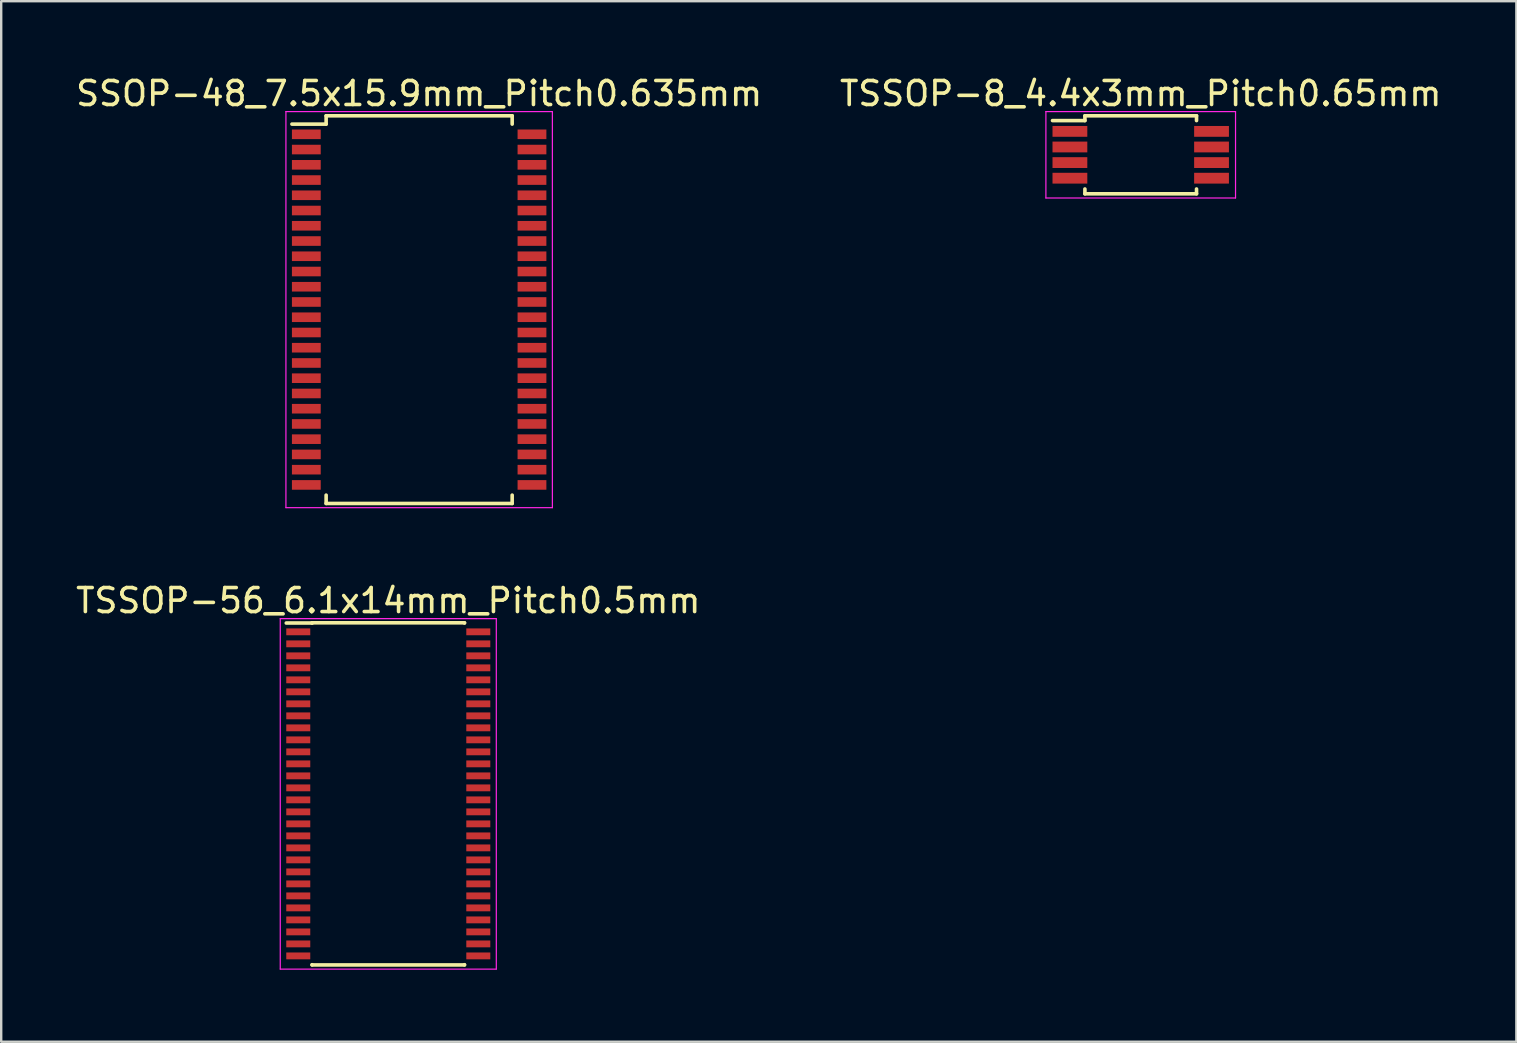
<source format=kicad_pcb>
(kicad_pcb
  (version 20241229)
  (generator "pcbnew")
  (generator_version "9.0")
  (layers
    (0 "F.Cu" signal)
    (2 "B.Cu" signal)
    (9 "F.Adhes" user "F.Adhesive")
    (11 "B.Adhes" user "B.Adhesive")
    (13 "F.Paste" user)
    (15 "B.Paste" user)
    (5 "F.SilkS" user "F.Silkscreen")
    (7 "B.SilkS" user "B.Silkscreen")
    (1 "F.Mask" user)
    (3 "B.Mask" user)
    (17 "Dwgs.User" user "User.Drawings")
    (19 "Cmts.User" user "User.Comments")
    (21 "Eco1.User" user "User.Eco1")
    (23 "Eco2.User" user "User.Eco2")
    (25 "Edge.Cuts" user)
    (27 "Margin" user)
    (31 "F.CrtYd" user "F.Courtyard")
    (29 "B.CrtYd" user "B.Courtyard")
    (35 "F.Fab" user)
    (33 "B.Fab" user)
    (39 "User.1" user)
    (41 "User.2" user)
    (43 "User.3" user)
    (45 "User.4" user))
  (footprint "TSSOP-56_6.1x14mm_Pitch0.5mm"
    (layer "F.Cu")
    (at 13.125 30.021)
    (property "Reference" "TSSOP-56_6.1x14mm_Pitch0.5mm" (at 0 -8.05 0) (layer "F.SilkS") (effects (font (size 1 1) (thickness 0.15))))
    (attr smd)
    (fp_line (start -3.175 -7.125) (end -3.175 -7.117) (stroke (width 0.15) (type solid)) (layer "F.SilkS"))
    (fp_line (start -3.175 -7.125) (end 3.175 -7.125) (stroke (width 0.15) (type solid)) (layer "F.SilkS"))
    (fp_line (start -3.175 -7.117) (end -4.25 -7.117) (stroke (width 0.15) (type solid)) (layer "F.SilkS"))
    (fp_line (start -3.175 7.125) (end -3.175 7.117) (stroke (width 0.15) (type solid)) (layer "F.SilkS"))
    (fp_line (start -3.175 7.125) (end 3.175 7.125) (stroke (width 0.15) (type solid)) (layer "F.SilkS"))
    (fp_line (start 3.175 -7.125) (end 3.175 -7.117) (stroke (width 0.15) (type solid)) (layer "F.SilkS"))
    (fp_line (start 3.175 7.125) (end 3.175 7.117) (stroke (width 0.15) (type solid)) (layer "F.SilkS"))
    (fp_line (start -4.5 -7.3) (end -4.5 7.3) (stroke (width 0.05) (type solid)) (layer "F.CrtYd"))
    (fp_line (start -4.5 -7.3) (end 4.5 -7.3) (stroke (width 0.05) (type solid)) (layer "F.CrtYd"))
    (fp_line (start -4.5 7.3) (end 4.5 7.3) (stroke (width 0.05) (type solid)) (layer "F.CrtYd"))
    (fp_line (start 4.5 -7.3) (end 4.5 7.3) (stroke (width 0.05) (type solid)) (layer "F.CrtYd"))
    (pad "1" smd rect (at -3.75 -6.75) (size 1 0.285) (layers "F.Cu" "F.Mask" "F.Paste"))
    (pad "2" smd rect (at -3.75 -6.25) (size 1 0.285) (layers "F.Cu" "F.Mask" "F.Paste"))
    (pad "3" smd rect (at -3.75 -5.75) (size 1 0.285) (layers "F.Cu" "F.Mask" "F.Paste"))
    (pad "4" smd rect (at -3.75 -5.25) (size 1 0.285) (layers "F.Cu" "F.Mask" "F.Paste"))
    (pad "5" smd rect (at -3.75 -4.75) (size 1 0.285) (layers "F.Cu" "F.Mask" "F.Paste"))
    (pad "6" smd rect (at -3.75 -4.25) (size 1 0.285) (layers "F.Cu" "F.Mask" "F.Paste"))
    (pad "7" smd rect (at -3.75 -3.75) (size 1 0.285) (layers "F.Cu" "F.Mask" "F.Paste"))
    (pad "8" smd rect (at -3.75 -3.25) (size 1 0.285) (layers "F.Cu" "F.Mask" "F.Paste"))
    (pad "9" smd rect (at -3.75 -2.75) (size 1 0.285) (layers "F.Cu" "F.Mask" "F.Paste"))
    (pad "10" smd rect (at -3.75 -2.25) (size 1 0.285) (layers "F.Cu" "F.Mask" "F.Paste"))
    (pad "11" smd rect (at -3.75 -1.75) (size 1 0.285) (layers "F.Cu" "F.Mask" "F.Paste"))
    (pad "12" smd rect (at -3.75 -1.25) (size 1 0.285) (layers "F.Cu" "F.Mask" "F.Paste"))
    (pad "13" smd rect (at -3.75 -0.75) (size 1 0.285) (layers "F.Cu" "F.Mask" "F.Paste"))
    (pad "14" smd rect (at -3.75 -0.25) (size 1 0.285) (layers "F.Cu" "F.Mask" "F.Paste"))
    (pad "15" smd rect (at -3.75 0.25) (size 1 0.285) (layers "F.Cu" "F.Mask" "F.Paste"))
    (pad "16" smd rect (at -3.75 0.75) (size 1 0.285) (layers "F.Cu" "F.Mask" "F.Paste"))
    (pad "17" smd rect (at -3.75 1.25) (size 1 0.285) (layers "F.Cu" "F.Mask" "F.Paste"))
    (pad "18" smd rect (at -3.75 1.75) (size 1 0.285) (layers "F.Cu" "F.Mask" "F.Paste"))
    (pad "19" smd rect (at -3.75 2.25) (size 1 0.285) (layers "F.Cu" "F.Mask" "F.Paste"))
    (pad "20" smd rect (at -3.75 2.75) (size 1 0.285) (layers "F.Cu" "F.Mask" "F.Paste"))
    (pad "21" smd rect (at -3.75 3.25) (size 1 0.285) (layers "F.Cu" "F.Mask" "F.Paste"))
    (pad "22" smd rect (at -3.75 3.75) (size 1 0.285) (layers "F.Cu" "F.Mask" "F.Paste"))
    (pad "23" smd rect (at -3.75 4.25) (size 1 0.285) (layers "F.Cu" "F.Mask" "F.Paste"))
    (pad "24" smd rect (at -3.75 4.75) (size 1 0.285) (layers "F.Cu" "F.Mask" "F.Paste"))
    (pad "25" smd rect (at -3.75 5.25) (size 1 0.285) (layers "F.Cu" "F.Mask" "F.Paste"))
    (pad "26" smd rect (at -3.75 5.75) (size 1 0.285) (layers "F.Cu" "F.Mask" "F.Paste"))
    (pad "27" smd rect (at -3.75 6.25) (size 1 0.285) (layers "F.Cu" "F.Mask" "F.Paste"))
    (pad "28" smd rect (at -3.75 6.75) (size 1 0.285) (layers "F.Cu" "F.Mask" "F.Paste"))
    (pad "29" smd rect (at 3.75 6.75) (size 1 0.285) (layers "F.Cu" "F.Mask" "F.Paste"))
    (pad "30" smd rect (at 3.75 6.25) (size 1 0.285) (layers "F.Cu" "F.Mask" "F.Paste"))
    (pad "31" smd rect (at 3.75 5.75) (size 1 0.285) (layers "F.Cu" "F.Mask" "F.Paste"))
    (pad "32" smd rect (at 3.75 5.25) (size 1 0.285) (layers "F.Cu" "F.Mask" "F.Paste"))
    (pad "33" smd rect (at 3.75 4.75) (size 1 0.285) (layers "F.Cu" "F.Mask" "F.Paste"))
    (pad "34" smd rect (at 3.75 4.25) (size 1 0.285) (layers "F.Cu" "F.Mask" "F.Paste"))
    (pad "35" smd rect (at 3.75 3.75) (size 1 0.285) (layers "F.Cu" "F.Mask" "F.Paste"))
    (pad "36" smd rect (at 3.75 3.25) (size 1 0.285) (layers "F.Cu" "F.Mask" "F.Paste"))
    (pad "37" smd rect (at 3.75 2.75) (size 1 0.285) (layers "F.Cu" "F.Mask" "F.Paste"))
    (pad "38" smd rect (at 3.75 2.25) (size 1 0.285) (layers "F.Cu" "F.Mask" "F.Paste"))
    (pad "39" smd rect (at 3.75 1.75) (size 1 0.285) (layers "F.Cu" "F.Mask" "F.Paste"))
    (pad "40" smd rect (at 3.75 1.25) (size 1 0.285) (layers "F.Cu" "F.Mask" "F.Paste"))
    (pad "41" smd rect (at 3.75 0.75) (size 1 0.285) (layers "F.Cu" "F.Mask" "F.Paste"))
    (pad "42" smd rect (at 3.75 0.25) (size 1 0.285) (layers "F.Cu" "F.Mask" "F.Paste"))
    (pad "43" smd rect (at 3.75 -0.25) (size 1 0.285) (layers "F.Cu" "F.Mask" "F.Paste"))
    (pad "44" smd rect (at 3.75 -0.75) (size 1 0.285) (layers "F.Cu" "F.Mask" "F.Paste"))
    (pad "45" smd rect (at 3.75 -1.25) (size 1 0.285) (layers "F.Cu" "F.Mask" "F.Paste"))
    (pad "46" smd rect (at 3.75 -1.75) (size 1 0.285) (layers "F.Cu" "F.Mask" "F.Paste"))
    (pad "47" smd rect (at 3.75 -2.25) (size 1 0.285) (layers "F.Cu" "F.Mask" "F.Paste"))
    (pad "48" smd rect (at 3.75 -2.75) (size 1 0.285) (layers "F.Cu" "F.Mask" "F.Paste"))
    (pad "49" smd rect (at 3.75 -3.25) (size 1 0.285) (layers "F.Cu" "F.Mask" "F.Paste"))
    (pad "50" smd rect (at 3.75 -3.75) (size 1 0.285) (layers "F.Cu" "F.Mask" "F.Paste"))
    (pad "51" smd rect (at 3.75 -4.25) (size 1 0.285) (layers "F.Cu" "F.Mask" "F.Paste"))
    (pad "52" smd rect (at 3.75 -4.75) (size 1 0.285) (layers "F.Cu" "F.Mask" "F.Paste"))
    (pad "53" smd rect (at 3.75 -5.25) (size 1 0.285) (layers "F.Cu" "F.Mask" "F.Paste"))
    (pad "54" smd rect (at 3.75 -5.75) (size 1 0.285) (layers "F.Cu" "F.Mask" "F.Paste"))
    (pad "55" smd rect (at 3.75 -6.25) (size 1 0.285) (layers "F.Cu" "F.Mask" "F.Paste"))
    (pad "56" smd rect (at 3.75 -6.75) (size 1 0.285) (layers "F.Cu" "F.Mask" "F.Paste")))
  (footprint "TSSOP-8_4.4x3mm_Pitch0.65mm"
    (layer "F.Cu")
    (at 44.47 3.398)
    (property "Reference" "TSSOP-8_4.4x3mm_Pitch0.65mm" (at 0 -2.55 0) (layer "F.SilkS") (effects (font (size 1 1) (thickness 0.15))))
    (attr smd)
    (fp_line (start -2.325 -1.625) (end -2.325 -1.425) (stroke (width 0.15) (type solid)) (layer "F.SilkS"))
    (fp_line (start -2.325 -1.625) (end 2.325 -1.625) (stroke (width 0.15) (type solid)) (layer "F.SilkS"))
    (fp_line (start -2.325 -1.425) (end -3.675 -1.425) (stroke (width 0.15) (type solid)) (layer "F.SilkS"))
    (fp_line (start -2.325 1.625) (end -2.325 1.425) (stroke (width 0.15) (type solid)) (layer "F.SilkS"))
    (fp_line (start -2.325 1.625) (end 2.325 1.625) (stroke (width 0.15) (type solid)) (layer "F.SilkS"))
    (fp_line (start 2.325 -1.625) (end 2.325 -1.425) (stroke (width 0.15) (type solid)) (layer "F.SilkS"))
    (fp_line (start 2.325 1.625) (end 2.325 1.425) (stroke (width 0.15) (type solid)) (layer "F.SilkS"))
    (fp_line (start -3.95 -1.8) (end -3.95 1.8) (stroke (width 0.05) (type solid)) (layer "F.CrtYd"))
    (fp_line (start -3.95 -1.8) (end 3.95 -1.8) (stroke (width 0.05) (type solid)) (layer "F.CrtYd"))
    (fp_line (start -3.95 1.8) (end 3.95 1.8) (stroke (width 0.05) (type solid)) (layer "F.CrtYd"))
    (fp_line (start 3.95 -1.8) (end 3.95 1.8) (stroke (width 0.05) (type solid)) (layer "F.CrtYd"))
    (pad "1" smd rect (at -2.95 -0.975) (size 1.45 0.45) (layers "F.Cu" "F.Mask" "F.Paste"))
    (pad "2" smd rect (at -2.95 -0.325) (size 1.45 0.45) (layers "F.Cu" "F.Mask" "F.Paste"))
    (pad "3" smd rect (at -2.95 0.325) (size 1.45 0.45) (layers "F.Cu" "F.Mask" "F.Paste"))
    (pad "4" smd rect (at -2.95 0.975) (size 1.45 0.45) (layers "F.Cu" "F.Mask" "F.Paste"))
    (pad "5" smd rect (at 2.95 0.975) (size 1.45 0.45) (layers "F.Cu" "F.Mask" "F.Paste"))
    (pad "6" smd rect (at 2.95 0.325) (size 1.45 0.45) (layers "F.Cu" "F.Mask" "F.Paste"))
    (pad "7" smd rect (at 2.95 -0.325) (size 1.45 0.45) (layers "F.Cu" "F.Mask" "F.Paste"))
    (pad "8" smd rect (at 2.95 -0.975) (size 1.45 0.45) (layers "F.Cu" "F.Mask" "F.Paste")))
  (footprint "SSOP-48_7.5x15.9mm_Pitch0.635mm"
    (layer "F.Cu")
    (at 14.411 9.848)
    (property "Reference" "SSOP-48_7.5x15.9mm_Pitch0.635mm" (at 0 -9 0) (layer "F.SilkS") (effects (font (size 1 1) (thickness 0.15))))
    (attr smd)
    (fp_line (start -3.875 -8.075) (end -3.875 -7.728) (stroke (width 0.15) (type solid)) (layer "F.SilkS"))
    (fp_line (start -3.875 -8.075) (end 3.875 -8.075) (stroke (width 0.15) (type solid)) (layer "F.SilkS"))
    (fp_line (start -3.875 -7.728) (end -5.3 -7.728) (stroke (width 0.15) (type solid)) (layer "F.SilkS"))
    (fp_line (start -3.875 8.075) (end -3.875 7.728) (stroke (width 0.15) (type solid)) (layer "F.SilkS"))
    (fp_line (start -3.875 8.075) (end 3.875 8.075) (stroke (width 0.15) (type solid)) (layer "F.SilkS"))
    (fp_line (start 3.875 -8.075) (end 3.875 -7.728) (stroke (width 0.15) (type solid)) (layer "F.SilkS"))
    (fp_line (start 3.875 8.075) (end 3.875 7.728) (stroke (width 0.15) (type solid)) (layer "F.SilkS"))
    (fp_line (start -5.55 -8.25) (end -5.55 8.25) (stroke (width 0.05) (type solid)) (layer "F.CrtYd"))
    (fp_line (start -5.55 -8.25) (end 5.55 -8.25) (stroke (width 0.05) (type solid)) (layer "F.CrtYd"))
    (fp_line (start -5.55 8.25) (end 5.55 8.25) (stroke (width 0.05) (type solid)) (layer "F.CrtYd"))
    (fp_line (start 5.55 -8.25) (end 5.55 8.25) (stroke (width 0.05) (type solid)) (layer "F.CrtYd"))
    (pad "1" smd rect (at -4.7 -7.303) (size 1.2 0.4) (layers "F.Cu" "F.Mask" "F.Paste"))
    (pad "2" smd rect (at -4.7 -6.668) (size 1.2 0.4) (layers "F.Cu" "F.Mask" "F.Paste"))
    (pad "3" smd rect (at -4.7 -6.032) (size 1.2 0.4) (layers "F.Cu" "F.Mask" "F.Paste"))
    (pad "4" smd rect (at -4.7 -5.397) (size 1.2 0.4) (layers "F.Cu" "F.Mask" "F.Paste"))
    (pad "5" smd rect (at -4.7 -4.763) (size 1.2 0.4) (layers "F.Cu" "F.Mask" "F.Paste"))
    (pad "6" smd rect (at -4.7 -4.128) (size 1.2 0.4) (layers "F.Cu" "F.Mask" "F.Paste"))
    (pad "7" smd rect (at -4.7 -3.493) (size 1.2 0.4) (layers "F.Cu" "F.Mask" "F.Paste"))
    (pad "8" smd rect (at -4.7 -2.857) (size 1.2 0.4) (layers "F.Cu" "F.Mask" "F.Paste"))
    (pad "9" smd rect (at -4.7 -2.223) (size 1.2 0.4) (layers "F.Cu" "F.Mask" "F.Paste"))
    (pad "10" smd rect (at -4.7 -1.587) (size 1.2 0.4) (layers "F.Cu" "F.Mask" "F.Paste"))
    (pad "11" smd rect (at -4.7 -0.953) (size 1.2 0.4) (layers "F.Cu" "F.Mask" "F.Paste"))
    (pad "12" smd rect (at -4.7 -0.318) (size 1.2 0.4) (layers "F.Cu" "F.Mask" "F.Paste"))
    (pad "13" smd rect (at -4.7 0.318) (size 1.2 0.4) (layers "F.Cu" "F.Mask" "F.Paste"))
    (pad "14" smd rect (at -4.7 0.953) (size 1.2 0.4) (layers "F.Cu" "F.Mask" "F.Paste"))
    (pad "15" smd rect (at -4.7 1.587) (size 1.2 0.4) (layers "F.Cu" "F.Mask" "F.Paste"))
    (pad "16" smd rect (at -4.7 2.223) (size 1.2 0.4) (layers "F.Cu" "F.Mask" "F.Paste"))
    (pad "17" smd rect (at -4.7 2.857) (size 1.2 0.4) (layers "F.Cu" "F.Mask" "F.Paste"))
    (pad "18" smd rect (at -4.7 3.493) (size 1.2 0.4) (layers "F.Cu" "F.Mask" "F.Paste"))
    (pad "19" smd rect (at -4.7 4.128) (size 1.2 0.4) (layers "F.Cu" "F.Mask" "F.Paste"))
    (pad "20" smd rect (at -4.7 4.763) (size 1.2 0.4) (layers "F.Cu" "F.Mask" "F.Paste"))
    (pad "21" smd rect (at -4.7 5.397) (size 1.2 0.4) (layers "F.Cu" "F.Mask" "F.Paste"))
    (pad "22" smd rect (at -4.7 6.032) (size 1.2 0.4) (layers "F.Cu" "F.Mask" "F.Paste"))
    (pad "23" smd rect (at -4.7 6.668) (size 1.2 0.4) (layers "F.Cu" "F.Mask" "F.Paste"))
    (pad "24" smd rect (at -4.7 7.303) (size 1.2 0.4) (layers "F.Cu" "F.Mask" "F.Paste"))
    (pad "25" smd rect (at 4.7 7.303) (size 1.2 0.4) (layers "F.Cu" "F.Mask" "F.Paste"))
    (pad "26" smd rect (at 4.7 6.668) (size 1.2 0.4) (layers "F.Cu" "F.Mask" "F.Paste"))
    (pad "27" smd rect (at 4.7 6.032) (size 1.2 0.4) (layers "F.Cu" "F.Mask" "F.Paste"))
    (pad "28" smd rect (at 4.7 5.397) (size 1.2 0.4) (layers "F.Cu" "F.Mask" "F.Paste"))
    (pad "29" smd rect (at 4.7 4.763) (size 1.2 0.4) (layers "F.Cu" "F.Mask" "F.Paste"))
    (pad "30" smd rect (at 4.7 4.128) (size 1.2 0.4) (layers "F.Cu" "F.Mask" "F.Paste"))
    (pad "31" smd rect (at 4.7 3.493) (size 1.2 0.4) (layers "F.Cu" "F.Mask" "F.Paste"))
    (pad "32" smd rect (at 4.7 2.857) (size 1.2 0.4) (layers "F.Cu" "F.Mask" "F.Paste"))
    (pad "33" smd rect (at 4.7 2.223) (size 1.2 0.4) (layers "F.Cu" "F.Mask" "F.Paste"))
    (pad "34" smd rect (at 4.7 1.587) (size 1.2 0.4) (layers "F.Cu" "F.Mask" "F.Paste"))
    (pad "35" smd rect (at 4.7 0.953) (size 1.2 0.4) (layers "F.Cu" "F.Mask" "F.Paste"))
    (pad "36" smd rect (at 4.7 0.318) (size 1.2 0.4) (layers "F.Cu" "F.Mask" "F.Paste"))
    (pad "37" smd rect (at 4.7 -0.318) (size 1.2 0.4) (layers "F.Cu" "F.Mask" "F.Paste"))
    (pad "38" smd rect (at 4.7 -0.953) (size 1.2 0.4) (layers "F.Cu" "F.Mask" "F.Paste"))
    (pad "39" smd rect (at 4.7 -1.587) (size 1.2 0.4) (layers "F.Cu" "F.Mask" "F.Paste"))
    (pad "40" smd rect (at 4.7 -2.223) (size 1.2 0.4) (layers "F.Cu" "F.Mask" "F.Paste"))
    (pad "41" smd rect (at 4.7 -2.857) (size 1.2 0.4) (layers "F.Cu" "F.Mask" "F.Paste"))
    (pad "42" smd rect (at 4.7 -3.493) (size 1.2 0.4) (layers "F.Cu" "F.Mask" "F.Paste"))
    (pad "43" smd rect (at 4.7 -4.128) (size 1.2 0.4) (layers "F.Cu" "F.Mask" "F.Paste"))
    (pad "44" smd rect (at 4.7 -4.763) (size 1.2 0.4) (layers "F.Cu" "F.Mask" "F.Paste"))
    (pad "45" smd rect (at 4.7 -5.397) (size 1.2 0.4) (layers "F.Cu" "F.Mask" "F.Paste"))
    (pad "46" smd rect (at 4.7 -6.032) (size 1.2 0.4) (layers "F.Cu" "F.Mask" "F.Paste"))
    (pad "47" smd rect (at 4.7 -6.668) (size 1.2 0.4) (layers "F.Cu" "F.Mask" "F.Paste"))
    (pad "48" smd rect (at 4.7 -7.303) (size 1.2 0.4) (layers "F.Cu" "F.Mask" "F.Paste")))
  (gr_rect
    (start -3 -3)
    (end 60.119 40.346)
    (stroke (width 0.1) (type default))
    (fill no)
    (layer "Edge.Cuts")))
</source>
